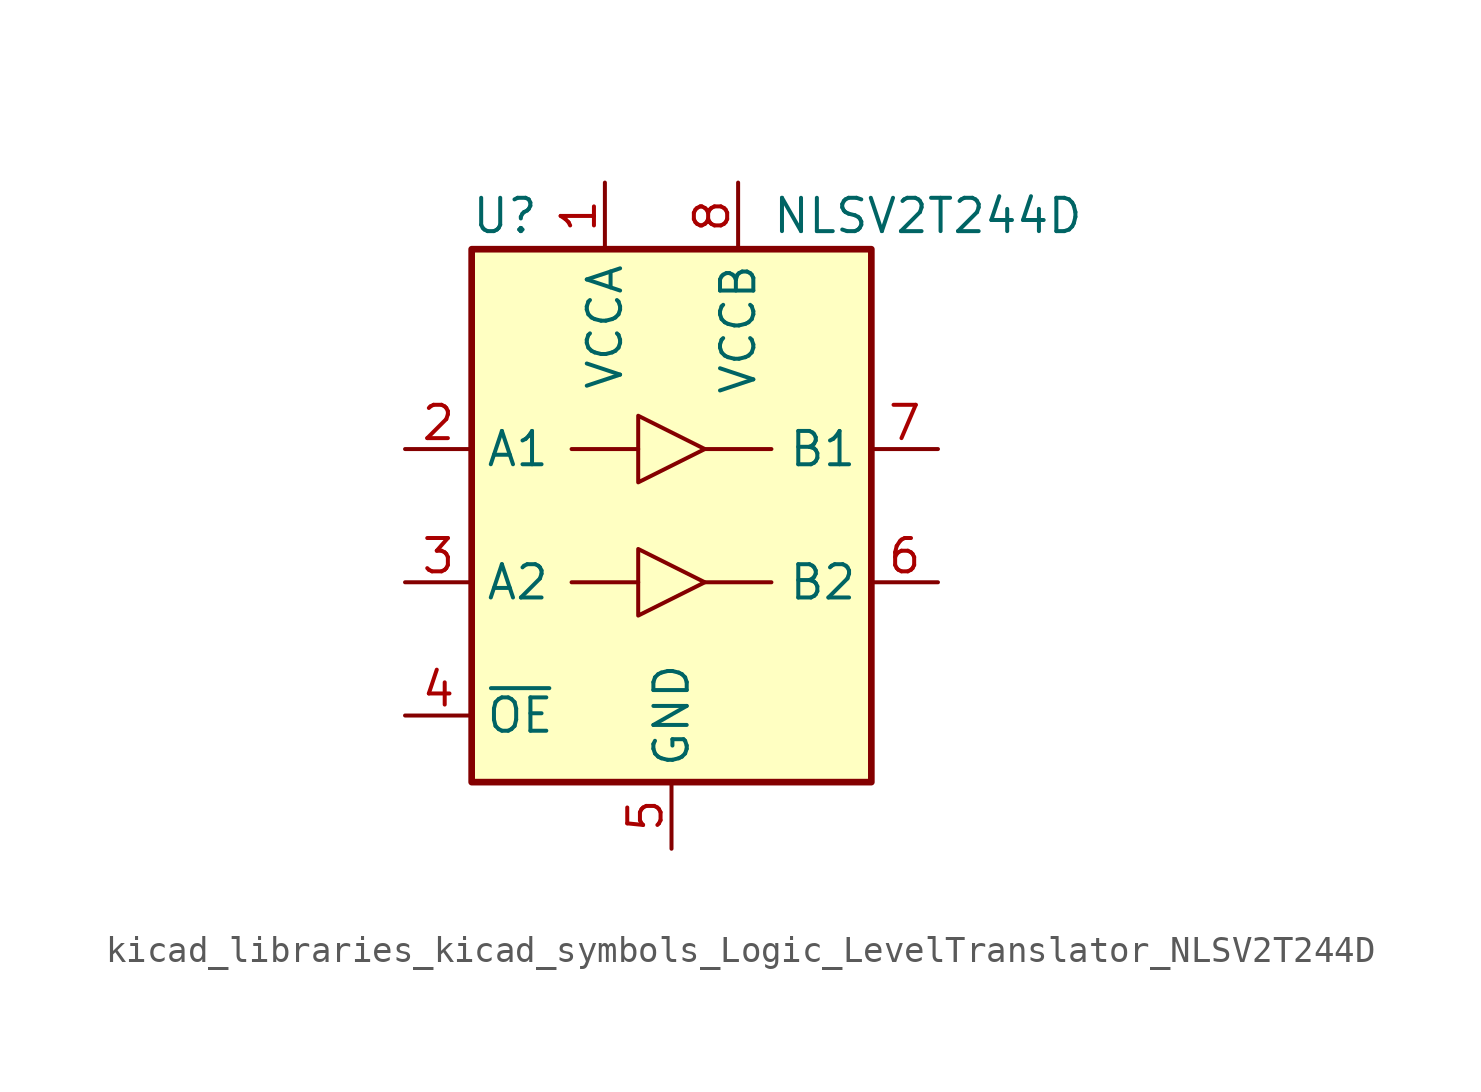
<source format=kicad_sym>
(kicad_symbol_lib
  (version 20220914)
  (generator kicad_symbol_editor)
  (symbol "kicad_libraries_kicad_symbols_Logic_LevelTranslator_NLSV2T244D"
    (property "Reference" "U"
      (at -6.35 11.43 0)
      (effects (font (size 1.27 1.27))))
    (property "Value" "NLSV2T244D"
      (at 3.81 11.43 0)
      (effects (font (size 1.27 1.27)) (justify left)))
    (symbol "kicad_libraries_kicad_symbols_Logic_LevelTranslator_NLSV2T244D_0_1"
      (rectangle (start -7.62 10.16) (end 7.62 -10.16) (stroke (width 0.254) (type default)) (fill (type background)))
      (polyline (pts (xy -3.81 -2.54) (xy -1.27 -2.54)) (stroke (width 0) (type default)) (fill (type none)))
      (polyline (pts (xy -3.81 2.54) (xy -1.27 2.54)) (stroke (width 0) (type default)) (fill (type none)))
      (polyline (pts (xy 3.81 -2.54) (xy 1.27 -2.54)) (stroke (width 0) (type default)) (fill (type none)))
      (polyline (pts (xy 3.81 2.54) (xy 1.27 2.54)) (stroke (width 0) (type default)) (fill (type none)))
      (polyline (pts (xy -1.27 -3.81) (xy -1.27 -1.27) (xy 1.27 -2.54) (xy -1.27 -3.81)) (stroke (width 0) (type default)) (fill (type none)))
      (polyline (pts (xy -1.27 1.27) (xy -1.27 3.81) (xy 1.27 2.54) (xy -1.27 1.27)) (stroke (width 0) (type default)) (fill (type none))))
    (symbol "kicad_libraries_kicad_symbols_Logic_LevelTranslator_NLSV2T244D_1_1"
      (pin power_in line (at -2.54 12.7 270) (length 2.54) (name "VCCA" (effects (font (size 1.27 1.27)))) (number "1" (effects (font (size 1.27 1.27)))))
      (pin input line (at -10.16 2.54 0) (length 2.54) (name "A1" (effects (font (size 1.27 1.27)))) (number "2" (effects (font (size 1.27 1.27)))))
      (pin input line (at -10.16 -2.54 0) (length 2.54) (name "A2" (effects (font (size 1.27 1.27)))) (number "3" (effects (font (size 1.27 1.27)))))
      (pin input line (at -10.16 -7.62 0) (length 2.54) (name "~{OE}" (effects (font (size 1.27 1.27)))) (number "4" (effects (font (size 1.27 1.27)))))
      (pin power_in line (at 0 -12.7 90) (length 2.54) (name "GND" (effects (font (size 1.27 1.27)))) (number "5" (effects (font (size 1.27 1.27)))))
      (pin output line (at 10.16 -2.54 180) (length 2.54) (name "B2" (effects (font (size 1.27 1.27)))) (number "6" (effects (font (size 1.27 1.27)))))
      (pin output line (at 10.16 2.54 180) (length 2.54) (name "B1" (effects (font (size 1.27 1.27)))) (number "7" (effects (font (size 1.27 1.27)))))
      (pin power_in line (at 2.54 12.7 270) (length 2.54) (name "VCCB" (effects (font (size 1.27 1.27)))) (number "8" (effects (font (size 1.27 1.27))))))))
</source>
